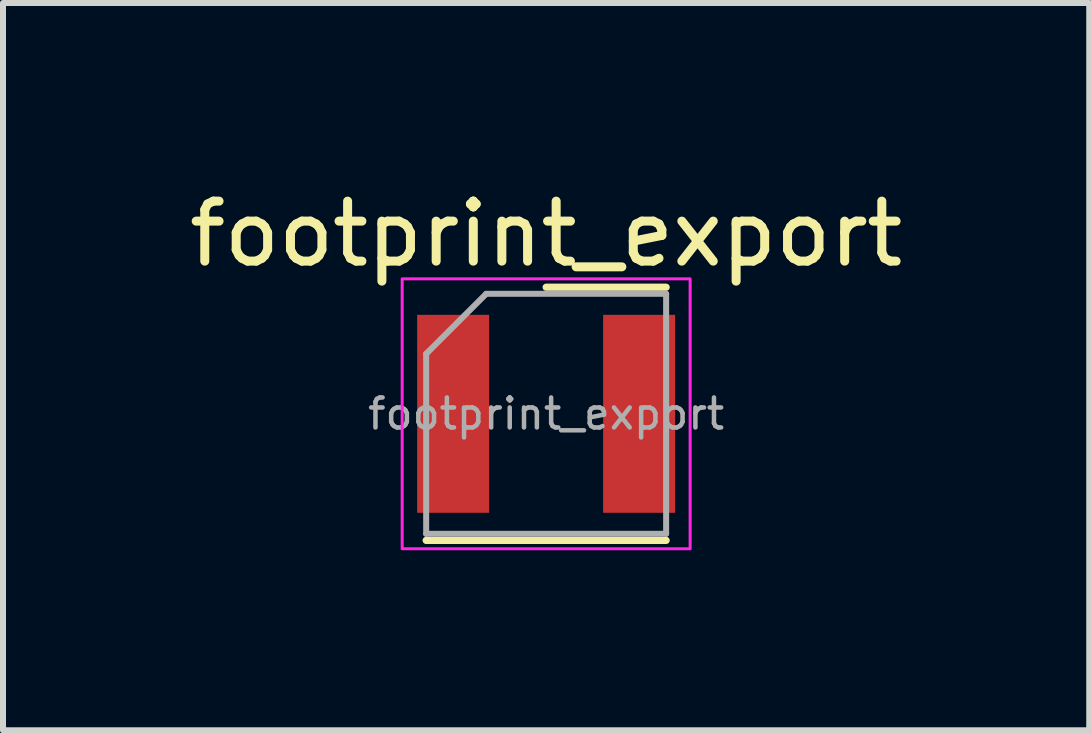
<source format=kicad_pcb>
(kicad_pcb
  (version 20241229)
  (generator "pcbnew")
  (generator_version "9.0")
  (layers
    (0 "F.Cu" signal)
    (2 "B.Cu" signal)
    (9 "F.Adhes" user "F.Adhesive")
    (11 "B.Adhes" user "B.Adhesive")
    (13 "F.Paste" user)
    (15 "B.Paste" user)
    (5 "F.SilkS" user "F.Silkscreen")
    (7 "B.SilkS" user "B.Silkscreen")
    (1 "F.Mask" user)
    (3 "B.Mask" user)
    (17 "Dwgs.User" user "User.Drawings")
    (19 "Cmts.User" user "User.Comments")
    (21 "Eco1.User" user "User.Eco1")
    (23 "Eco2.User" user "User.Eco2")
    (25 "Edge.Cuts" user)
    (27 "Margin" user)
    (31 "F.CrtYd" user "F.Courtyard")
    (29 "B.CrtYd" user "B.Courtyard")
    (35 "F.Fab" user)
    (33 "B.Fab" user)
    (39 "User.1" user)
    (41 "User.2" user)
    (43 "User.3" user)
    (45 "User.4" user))
  (footprint "footprint_export"
    (layer "F.Cu")
    (at 6.054 3.848)
    (property "Reference" "footprint_export" (at 0 -3 0) (unlocked yes) (layer "F.SilkS") (effects (font (size 1 1) (thickness 0.15))))
    (attr smd)
    (fp_line (start -2 2.11) (end 2 2.11) (stroke (width 0.12) (type solid)) (layer "F.SilkS"))
    (fp_line (start 0 -2.11) (end 2 -2.11) (stroke (width 0.12) (type solid)) (layer "F.SilkS"))
    (fp_rect (start -2.4 -2.25) (end 2.4 2.25) (stroke (width 0.05) (type solid)) (fill no) (layer "F.CrtYd"))
    (fp_line (start -2 -1) (end -2 2) (stroke (width 0.1) (type solid)) (layer "F.Fab"))
    (fp_line (start -2 2) (end 2 2) (stroke (width 0.1) (type solid)) (layer "F.Fab"))
    (fp_line (start -1 -2) (end -2 -1) (stroke (width 0.1) (type solid)) (layer "F.Fab"))
    (fp_line (start -1 -2) (end 2 -2) (stroke (width 0.1) (type solid)) (layer "F.Fab"))
    (fp_line (start 2 -2) (end 2 2) (stroke (width 0.1) (type solid)) (layer "F.Fab"))
    (fp_text user "${REFERENCE}" (at 0 0 0) (unlocked yes) (layer "F.Fab") (effects (font (size 0.5 0.5) (thickness 0.075))))
    (pad "1" smd rect (at -1.55 0) (size 1.2 3.3) (layers "F.Cu" "F.Mask" "F.Paste"))
    (pad "2" smd rect (at 1.55 0) (size 1.2 3.3) (layers "F.Cu" "F.Mask" "F.Paste")))
  (gr_rect
    (start -3 -3)
    (end 15.107 9.123)
    (stroke (width 0.1) (type default))
    (fill no)
    (layer "Edge.Cuts")))
</source>
